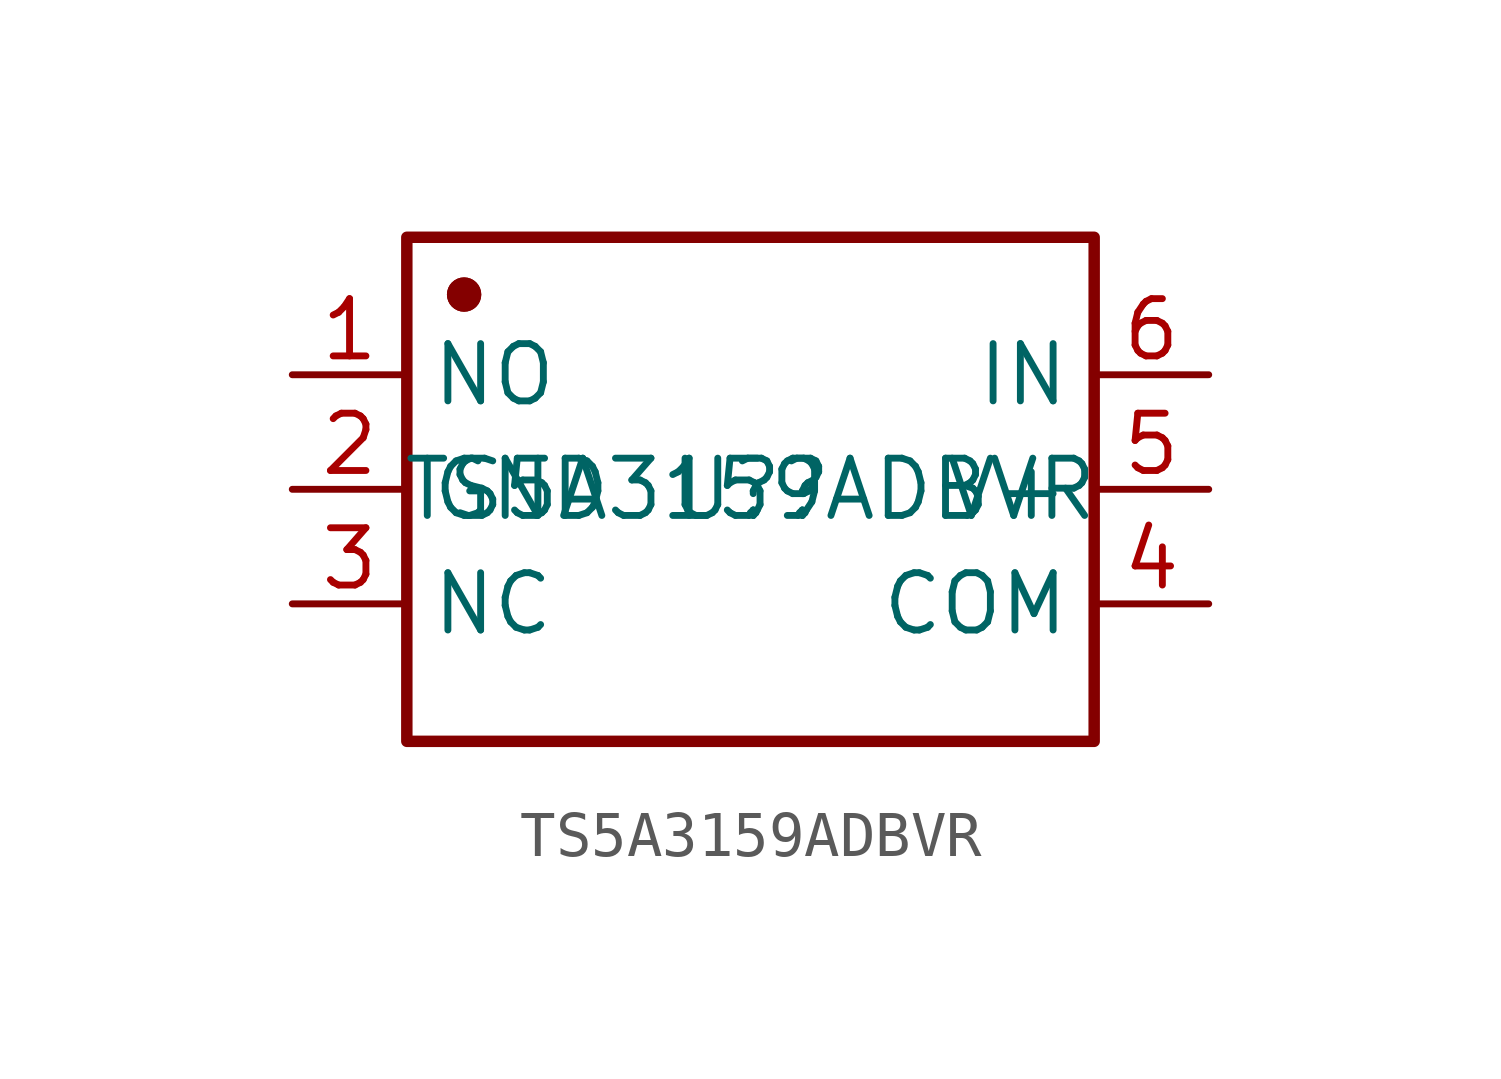
<source format=kicad_sym>
(kicad_symbol_lib
  (version 20241209)
  (generator "kicad_symbol_editor")
  (generator_version "9.0")
  (symbol "TS5A3159ADBVR"
    (property "Reference" "U?"
      (at 0 0 0)
      (effects (font (size 1.27 1.27))))
    (property "Value" "TS5A3159ADBVR"
      (at 0 0 0)
      (effects (font (size 1.27 1.27))))
    (symbol "TS5A3159ADBVR_0_0"
      (rectangle (start -7.62 5.588) (end 7.62 -5.588) (stroke (width 0.254) (type solid)) (fill (type none)))
      (circle (center -6.35 4.318) (radius 0.254) (stroke (width 0.254) (type solid)) (fill (type outline)))
      (circle (center -6.35 4.318) (radius 0.254) (stroke (width 0.254) (type solid)) (fill (type outline)))
      (pin unspecified line (at -10.16 2.54 0) (length 2.54) (name "NO" (effects (font (size 1.27 1.27)))) (number "1" (effects (font (size 1.27 1.27)))))
      (pin unspecified line (at -10.16 0 0) (length 2.54) (name "GND" (effects (font (size 1.27 1.27)))) (number "2" (effects (font (size 1.27 1.27)))))
      (pin unspecified line (at -10.16 -2.54 0) (length 2.54) (name "NC" (effects (font (size 1.27 1.27)))) (number "3" (effects (font (size 1.27 1.27)))))
      (pin unspecified line (at 10.16 2.54 180) (length 2.54) (name "IN" (effects (font (size 1.27 1.27)))) (number "6" (effects (font (size 1.27 1.27)))))
      (pin unspecified line (at 10.16 0 180) (length 2.54) (name "V+" (effects (font (size 1.27 1.27)))) (number "5" (effects (font (size 1.27 1.27)))))
      (pin unspecified line (at 10.16 -2.54 180) (length 2.54) (name "COM" (effects (font (size 1.27 1.27)))) (number "4" (effects (font (size 1.27 1.27))))))))
</source>
